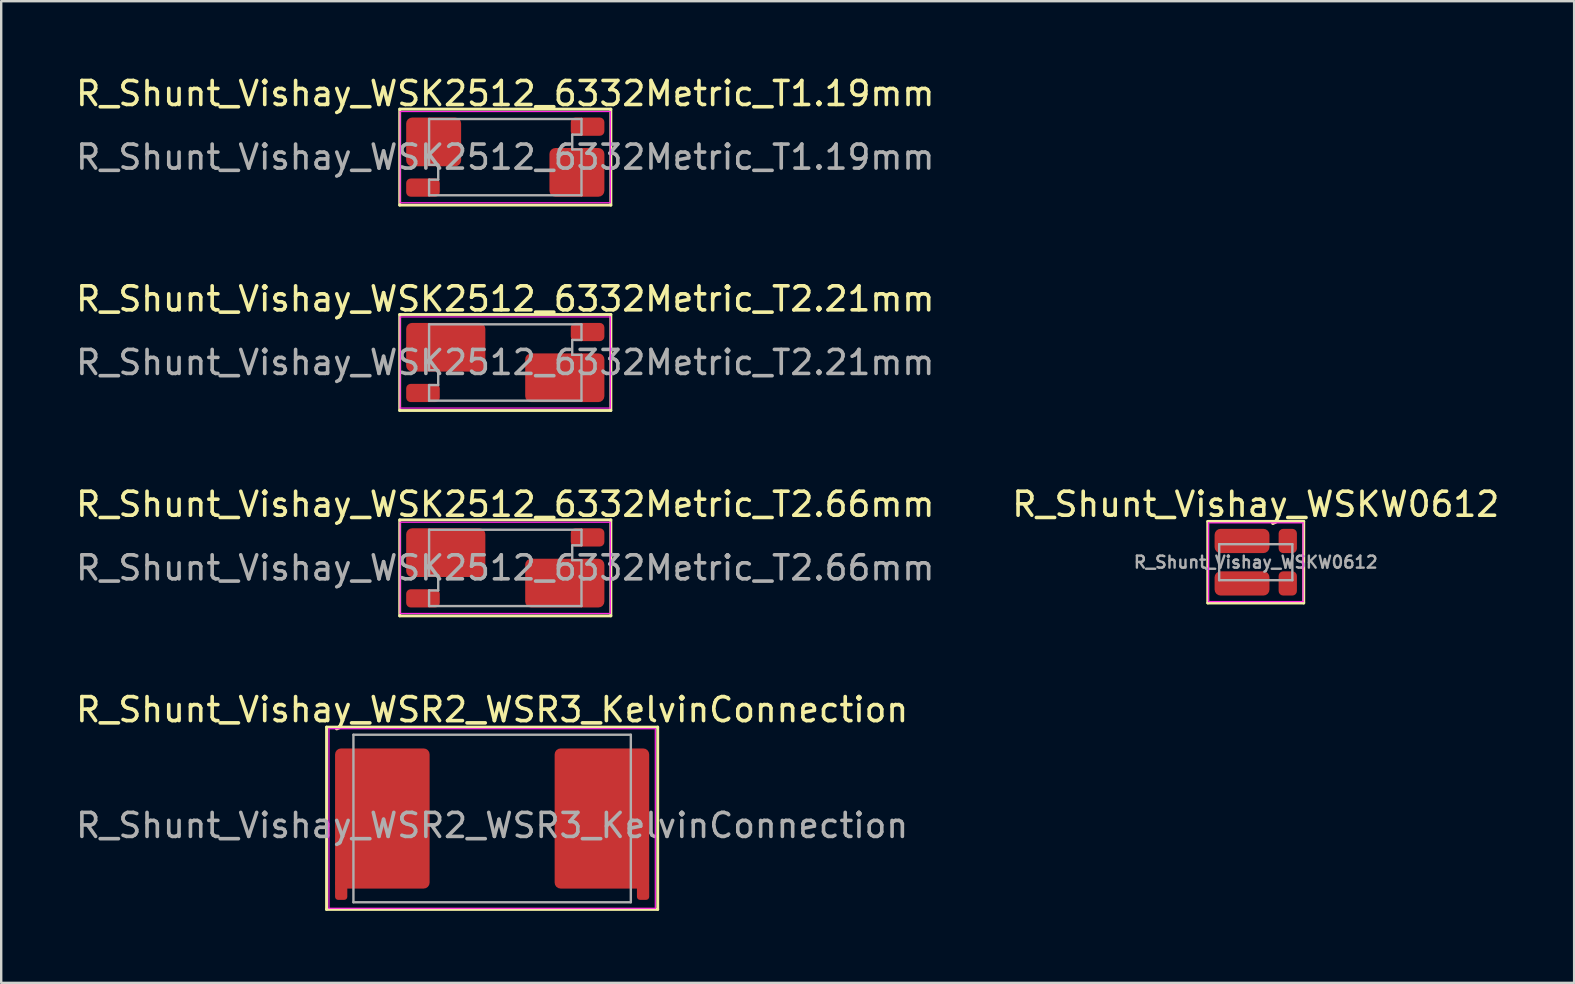
<source format=kicad_pcb>
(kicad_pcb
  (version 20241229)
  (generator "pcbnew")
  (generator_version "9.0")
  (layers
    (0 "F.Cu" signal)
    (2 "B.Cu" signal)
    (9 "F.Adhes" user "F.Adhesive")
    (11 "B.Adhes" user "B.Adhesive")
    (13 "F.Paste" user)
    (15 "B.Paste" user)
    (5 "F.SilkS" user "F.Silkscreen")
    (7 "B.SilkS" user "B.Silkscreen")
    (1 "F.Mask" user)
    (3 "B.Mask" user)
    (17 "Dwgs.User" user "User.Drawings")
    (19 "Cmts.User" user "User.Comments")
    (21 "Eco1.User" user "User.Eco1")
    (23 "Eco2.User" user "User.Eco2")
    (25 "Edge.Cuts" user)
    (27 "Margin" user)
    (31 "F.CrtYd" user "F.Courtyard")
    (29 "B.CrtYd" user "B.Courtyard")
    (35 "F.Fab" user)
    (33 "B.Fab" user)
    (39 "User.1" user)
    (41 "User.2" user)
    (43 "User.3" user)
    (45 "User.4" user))
  (footprint "R_Shunt_Vishay_WSK2512_6332Metric_T2.21mm"
    (layer "F.Cu")
    (at 18.006 12.056)
    (property "Reference" "R_Shunt_Vishay_WSK2512_6332Metric_T2.21mm" (at 0 -2.65 0) (layer "F.SilkS") (effects (font (size 1 1) (thickness 0.15))))
    (attr smd)
    (fp_line (start -4.4 -2) (end -4.4 2) (stroke (width 0.12) (type solid)) (layer "F.SilkS"))
    (fp_line (start -4.4 2) (end 4.4 2) (stroke (width 0.12) (type solid)) (layer "F.SilkS"))
    (fp_line (start 4.4 -2) (end -4.4 -2) (stroke (width 0.12) (type solid)) (layer "F.SilkS"))
    (fp_line (start 4.4 2) (end 4.4 -2) (stroke (width 0.12) (type solid)) (layer "F.SilkS"))
    (fp_line (start -4.38 -1.9) (end 4.38 -1.9) (stroke (width 0.05) (type solid)) (layer "F.CrtYd"))
    (fp_line (start -4.38 1.9) (end -4.38 -1.9) (stroke (width 0.05) (type solid)) (layer "F.CrtYd"))
    (fp_line (start 4.38 -1.9) (end 4.38 1.9) (stroke (width 0.05) (type solid)) (layer "F.CrtYd"))
    (fp_line (start 4.38 1.9) (end -4.38 1.9) (stroke (width 0.05) (type solid)) (layer "F.CrtYd"))
    (fp_line (start -3.175 -1.59) (end 3.175 -1.59) (stroke (width 0.1) (type solid)) (layer "F.Fab"))
    (fp_line (start -3.175 0.32) (end -3.175 -1.59) (stroke (width 0.1) (type solid)) (layer "F.Fab"))
    (fp_line (start -3.175 0.32) (end -2.795 0.32) (stroke (width 0.1) (type solid)) (layer "F.Fab"))
    (fp_line (start -3.175 0.94) (end -3.175 1.59) (stroke (width 0.1) (type solid)) (layer "F.Fab"))
    (fp_line (start -3.175 0.94) (end -2.795 0.94) (stroke (width 0.1) (type solid)) (layer "F.Fab"))
    (fp_line (start -2.795 0.94) (end -2.795 0.32) (stroke (width 0.1) (type solid)) (layer "F.Fab"))
    (fp_line (start 2.79 -0.94) (end 3.17 -0.94) (stroke (width 0.1) (type solid)) (layer "F.Fab"))
    (fp_line (start 2.79 -0.32) (end 2.79 -0.94) (stroke (width 0.1) (type solid)) (layer "F.Fab"))
    (fp_line (start 2.79 -0.32) (end 3.17 -0.32) (stroke (width 0.1) (type solid)) (layer "F.Fab"))
    (fp_line (start 3.175 -0.94) (end 3.175 -1.59) (stroke (width 0.1) (type solid)) (layer "F.Fab"))
    (fp_line (start 3.175 -0.32) (end 3.175 1.59) (stroke (width 0.1) (type solid)) (layer "F.Fab"))
    (fp_line (start 3.175 1.59) (end -3.175 1.59) (stroke (width 0.1) (type solid)) (layer "F.Fab"))
    (fp_text user "${REFERENCE}" (at 0 0 0) (layer "F.Fab") (effects (font (size 1 1) (thickness 0.15))))
    (pad "1" smd roundrect (at -2.48 -0.635) (size 3.3 2.03) (layers "F.Cu" "F.Mask" "F.Paste") (roundrect_rratio 0.123))
    (pad "2" smd roundrect (at -3.43 1.27) (size 1.4 0.76) (layers "F.Cu" "F.Mask" "F.Paste") (roundrect_rratio 0.25))
    (pad "3" smd roundrect (at 3.43 -1.27) (size 1.4 0.76) (layers "F.Cu" "F.Mask" "F.Paste") (roundrect_rratio 0.25))
    (pad "4" smd roundrect (at 2.48 0.635) (size 3.3 2.03) (layers "F.Cu" "F.Mask" "F.Paste") (roundrect_rratio 0.123)))
  (footprint "R_Shunt_Vishay_WSK2512_6332Metric_T2.66mm"
    (layer "F.Cu")
    (at 18.006 20.615)
    (property "Reference" "R_Shunt_Vishay_WSK2512_6332Metric_T2.66mm" (at 0 -2.65 0) (layer "F.SilkS") (effects (font (size 1 1) (thickness 0.15))))
    (attr smd)
    (fp_line (start -4.4 -2) (end 4.4 -2) (stroke (width 0.12) (type solid)) (layer "F.SilkS"))
    (fp_line (start -4.4 2) (end -4.4 -2) (stroke (width 0.12) (type solid)) (layer "F.SilkS"))
    (fp_line (start 4.4 -2) (end 4.4 2) (stroke (width 0.12) (type solid)) (layer "F.SilkS"))
    (fp_line (start 4.4 2) (end -4.4 2) (stroke (width 0.12) (type solid)) (layer "F.SilkS"))
    (fp_line (start -4.38 -1.9) (end 4.38 -1.9) (stroke (width 0.05) (type solid)) (layer "F.CrtYd"))
    (fp_line (start -4.38 1.9) (end -4.38 -1.9) (stroke (width 0.05) (type solid)) (layer "F.CrtYd"))
    (fp_line (start 4.38 -1.9) (end 4.38 1.9) (stroke (width 0.05) (type solid)) (layer "F.CrtYd"))
    (fp_line (start 4.38 1.9) (end -4.38 1.9) (stroke (width 0.05) (type solid)) (layer "F.CrtYd"))
    (fp_line (start -3.175 -1.59) (end 3.175 -1.59) (stroke (width 0.1) (type solid)) (layer "F.Fab"))
    (fp_line (start -3.175 0.32) (end -3.175 -1.59) (stroke (width 0.1) (type solid)) (layer "F.Fab"))
    (fp_line (start -3.175 0.32) (end -2.795 0.32) (stroke (width 0.1) (type solid)) (layer "F.Fab"))
    (fp_line (start -3.175 0.94) (end -3.175 1.59) (stroke (width 0.1) (type solid)) (layer "F.Fab"))
    (fp_line (start -3.175 0.94) (end -2.795 0.94) (stroke (width 0.1) (type solid)) (layer "F.Fab"))
    (fp_line (start -2.795 0.94) (end -2.795 0.32) (stroke (width 0.1) (type solid)) (layer "F.Fab"))
    (fp_line (start 2.79 -0.94) (end 3.17 -0.94) (stroke (width 0.1) (type solid)) (layer "F.Fab"))
    (fp_line (start 2.79 -0.32) (end 2.79 -0.94) (stroke (width 0.1) (type solid)) (layer "F.Fab"))
    (fp_line (start 2.79 -0.32) (end 3.17 -0.32) (stroke (width 0.1) (type solid)) (layer "F.Fab"))
    (fp_line (start 3.175 -0.94) (end 3.175 -1.59) (stroke (width 0.1) (type solid)) (layer "F.Fab"))
    (fp_line (start 3.175 -0.32) (end 3.175 1.59) (stroke (width 0.1) (type solid)) (layer "F.Fab"))
    (fp_line (start 3.175 1.59) (end -3.175 1.59) (stroke (width 0.1) (type solid)) (layer "F.Fab"))
    (fp_text user "${REFERENCE}" (at 0 0 0) (layer "F.Fab") (effects (font (size 1 1) (thickness 0.15))))
    (pad "1" smd roundrect (at -2.48 -0.635) (size 3.3 2.03) (layers "F.Cu" "F.Mask" "F.Paste") (roundrect_rratio 0.123))
    (pad "2" smd roundrect (at -3.43 1.27) (size 1.4 0.76) (layers "F.Cu" "F.Mask" "F.Paste") (roundrect_rratio 0.25))
    (pad "3" smd roundrect (at 3.43 -1.27) (size 1.4 0.76) (layers "F.Cu" "F.Mask" "F.Paste") (roundrect_rratio 0.25))
    (pad "4" smd roundrect (at 2.48 0.635) (size 3.3 2.03) (layers "F.Cu" "F.Mask" "F.Paste") (roundrect_rratio 0.123)))
  (footprint "R_Shunt_Vishay_WSK2512_6332Metric_T1.19mm"
    (layer "F.Cu")
    (at 18.006 3.498)
    (property "Reference" "R_Shunt_Vishay_WSK2512_6332Metric_T1.19mm" (at 0 -2.65 0) (layer "F.SilkS") (effects (font (size 1 1) (thickness 0.15))))
    (attr smd)
    (fp_line (start -4.4 -2) (end -4.4 2) (stroke (width 0.12) (type solid)) (layer "F.SilkS"))
    (fp_line (start -4.4 2) (end 4.4 2) (stroke (width 0.12) (type solid)) (layer "F.SilkS"))
    (fp_line (start 4.4 -2) (end -4.4 -2) (stroke (width 0.12) (type solid)) (layer "F.SilkS"))
    (fp_line (start 4.4 2) (end 4.4 -2) (stroke (width 0.12) (type solid)) (layer "F.SilkS"))
    (fp_line (start -4.38 -1.9) (end 4.38 -1.9) (stroke (width 0.05) (type solid)) (layer "F.CrtYd"))
    (fp_line (start -4.38 1.9) (end -4.38 -1.9) (stroke (width 0.05) (type solid)) (layer "F.CrtYd"))
    (fp_line (start 4.38 -1.9) (end 4.38 1.9) (stroke (width 0.05) (type solid)) (layer "F.CrtYd"))
    (fp_line (start 4.38 1.9) (end -4.38 1.9) (stroke (width 0.05) (type solid)) (layer "F.CrtYd"))
    (fp_line (start -3.175 -1.59) (end 3.175 -1.59) (stroke (width 0.1) (type solid)) (layer "F.Fab"))
    (fp_line (start -3.175 0.32) (end -3.175 -1.59) (stroke (width 0.1) (type solid)) (layer "F.Fab"))
    (fp_line (start -3.175 0.32) (end -2.795 0.32) (stroke (width 0.1) (type solid)) (layer "F.Fab"))
    (fp_line (start -3.175 0.94) (end -3.175 1.59) (stroke (width 0.1) (type solid)) (layer "F.Fab"))
    (fp_line (start -3.175 0.94) (end -2.795 0.94) (stroke (width 0.1) (type solid)) (layer "F.Fab"))
    (fp_line (start -2.795 0.94) (end -2.795 0.32) (stroke (width 0.1) (type solid)) (layer "F.Fab"))
    (fp_line (start 2.79 -0.94) (end 3.17 -0.94) (stroke (width 0.1) (type solid)) (layer "F.Fab"))
    (fp_line (start 2.79 -0.32) (end 2.79 -0.94) (stroke (width 0.1) (type solid)) (layer "F.Fab"))
    (fp_line (start 2.79 -0.32) (end 3.17 -0.32) (stroke (width 0.1) (type solid)) (layer "F.Fab"))
    (fp_line (start 3.175 -0.94) (end 3.175 -1.59) (stroke (width 0.1) (type solid)) (layer "F.Fab"))
    (fp_line (start 3.175 -0.32) (end 3.175 1.59) (stroke (width 0.1) (type solid)) (layer "F.Fab"))
    (fp_line (start 3.175 1.59) (end -3.175 1.59) (stroke (width 0.1) (type solid)) (layer "F.Fab"))
    (fp_text user "${REFERENCE}" (at 0 0 0) (layer "F.Fab") (effects (font (size 1 1) (thickness 0.15))))
    (pad "1" smd roundrect (at -2.985 -0.635) (size 2.29 2.03) (layers "F.Cu" "F.Mask" "F.Paste") (roundrect_rratio 0.123))
    (pad "2" smd roundrect (at -3.43 1.27) (size 1.4 0.76) (layers "F.Cu" "F.Mask" "F.Paste") (roundrect_rratio 0.25))
    (pad "3" smd roundrect (at 3.43 -1.27) (size 1.4 0.76) (layers "F.Cu" "F.Mask" "F.Paste") (roundrect_rratio 0.25))
    (pad "4" smd roundrect (at 2.985 0.635) (size 2.29 2.03) (layers "F.Cu" "F.Mask" "F.Paste") (roundrect_rratio 0.123)))
  (footprint "R_Shunt_Vishay_WSKW0612"
    (layer "F.Cu")
    (at 49.28 20.378)
    (property "Reference" "R_Shunt_Vishay_WSKW0612" (at 0 -2.413 0) (layer "F.SilkS") (effects (font (size 1 1) (thickness 0.15))))
    (attr smd)
    (fp_line (start -2 -1.7) (end -2 1.7) (stroke (width 0.12) (type solid)) (layer "F.SilkS"))
    (fp_line (start -2 1.7) (end 2 1.7) (stroke (width 0.12) (type solid)) (layer "F.SilkS"))
    (fp_line (start 2 -1.7) (end -2 -1.7) (stroke (width 0.12) (type solid)) (layer "F.SilkS"))
    (fp_line (start 2 1.7) (end 2 -1.7) (stroke (width 0.12) (type solid)) (layer "F.SilkS"))
    (fp_line (start -1.97 1.64) (end -1.97 -1.64) (stroke (width 0.05) (type solid)) (layer "F.CrtYd"))
    (fp_line (start -1.97 1.64) (end 1.97 1.64) (stroke (width 0.05) (type solid)) (layer "F.CrtYd"))
    (fp_line (start 1.97 -1.64) (end -1.97 -1.64) (stroke (width 0.05) (type solid)) (layer "F.CrtYd"))
    (fp_line (start 1.97 -1.64) (end 1.97 1.64) (stroke (width 0.05) (type solid)) (layer "F.CrtYd"))
    (fp_line (start -1.525 0.75) (end -1.524 -0.75) (stroke (width 0.1) (type solid)) (layer "F.Fab"))
    (fp_line (start -1.525 0.75) (end 1.525 0.75) (stroke (width 0.1) (type solid)) (layer "F.Fab"))
    (fp_line (start 1.525 -0.75) (end -1.524 -0.75) (stroke (width 0.1) (type solid)) (layer "F.Fab"))
    (fp_line (start 1.525 0.75) (end 1.525 -0.75) (stroke (width 0.1) (type solid)) (layer "F.Fab"))
    (fp_text user "${REFERENCE}" (at 0 0 0) (layer "F.Fab") (effects (font (size 0.5 0.5) (thickness 0.1))))
    (pad "1" smd roundrect (at -0.572 -0.885) (size 2.287 1.01) (layers "F.Cu" "F.Mask" "F.Paste") (roundrect_rratio 0.248))
    (pad "2" smd roundrect (at 1.334 -0.885) (size 0.762 1.01) (layers "F.Cu" "F.Mask" "F.Paste") (roundrect_rratio 0.25))
    (pad "3" smd roundrect (at 1.334 0.885) (size 0.762 1.01) (layers "F.Cu" "F.Mask" "F.Paste") (roundrect_rratio 0.25))
    (pad "4" smd roundrect (at -0.572 0.885) (size 2.287 1.01) (layers "F.Cu" "F.Mask" "F.Paste") (roundrect_rratio 0.248)))
  (footprint "R_Shunt_Vishay_WSR2_WSR3_KelvinConnection"
    (layer "F.Cu")
    (at 17.458 31.349)
    (property "Reference" "R_Shunt_Vishay_WSR2_WSR3_KelvinConnection" (at 0 -4.826 0) (layer "F.SilkS") (effects (font (size 1 1) (thickness 0.15))))
    (attr smd)
    (fp_line (start -6.9 -4.1) (end 6.9 -4.1) (stroke (width 0.12) (type solid)) (layer "F.SilkS"))
    (fp_line (start -6.9 3.5) (end -6.9 -4.1) (stroke (width 0.12) (type solid)) (layer "F.SilkS"))
    (fp_line (start 6.9 -4.1) (end 6.9 3.5) (stroke (width 0.12) (type solid)) (layer "F.SilkS"))
    (fp_line (start 6.9 3.5) (end -6.9 3.5) (stroke (width 0.12) (type solid)) (layer "F.SilkS"))
    (fp_line (start -6.8 -4.03) (end -6.8 3.45) (stroke (width 0.05) (type solid)) (layer "F.CrtYd"))
    (fp_line (start -6.8 -4.03) (end 6.8 -4.03) (stroke (width 0.05) (type solid)) (layer "F.CrtYd"))
    (fp_line (start -6.8 3.45) (end 6.8 3.45) (stroke (width 0.05) (type solid)) (layer "F.CrtYd"))
    (fp_line (start 6.8 -4.03) (end 6.8 3.45) (stroke (width 0.05) (type solid)) (layer "F.CrtYd"))
    (fp_line (start -5.78 -3.78) (end -5.78 3.2) (stroke (width 0.1) (type solid)) (layer "F.Fab"))
    (fp_line (start -5.78 -3.78) (end 5.78 -3.78) (stroke (width 0.1) (type solid)) (layer "F.Fab"))
    (fp_line (start -5.78 3.2) (end 5.78 3.2) (stroke (width 0.1) (type solid)) (layer "F.Fab"))
    (fp_line (start 5.78 -3.78) (end 5.78 3.2) (stroke (width 0.1) (type solid)) (layer "F.Fab"))
    (fp_text user "${REFERENCE}" (at 0 0 0) (layer "F.Fab") (effects (font (size 1 1) (thickness 0.15))))
    (pad "1" smd roundrect (at -6.29 2.7) (size 0.51 0.8) (layers "F.Cu" "F.Mask" "F.Paste") (roundrect_rratio 0.25))
    (pad "1" smd roundrect (at -4.575 -0.29) (size 3.94 5.84) (layers "F.Cu" "F.Mask" "F.Paste") (roundrect_rratio 0.063))
    (pad "2" smd roundrect (at 4.575 -0.29) (size 3.94 5.84) (layers "F.Cu" "F.Mask" "F.Paste") (roundrect_rratio 0.063))
    (pad "2" smd roundrect (at 6.29 2.7) (size 0.51 0.8) (layers "F.Cu" "F.Mask" "F.Paste") (roundrect_rratio 0.25)))
  (gr_rect
    (start -3 -3)
    (end 62.548 37.909)
    (stroke (width 0.1) (type default))
    (fill no)
    (layer "Edge.Cuts")))
</source>
